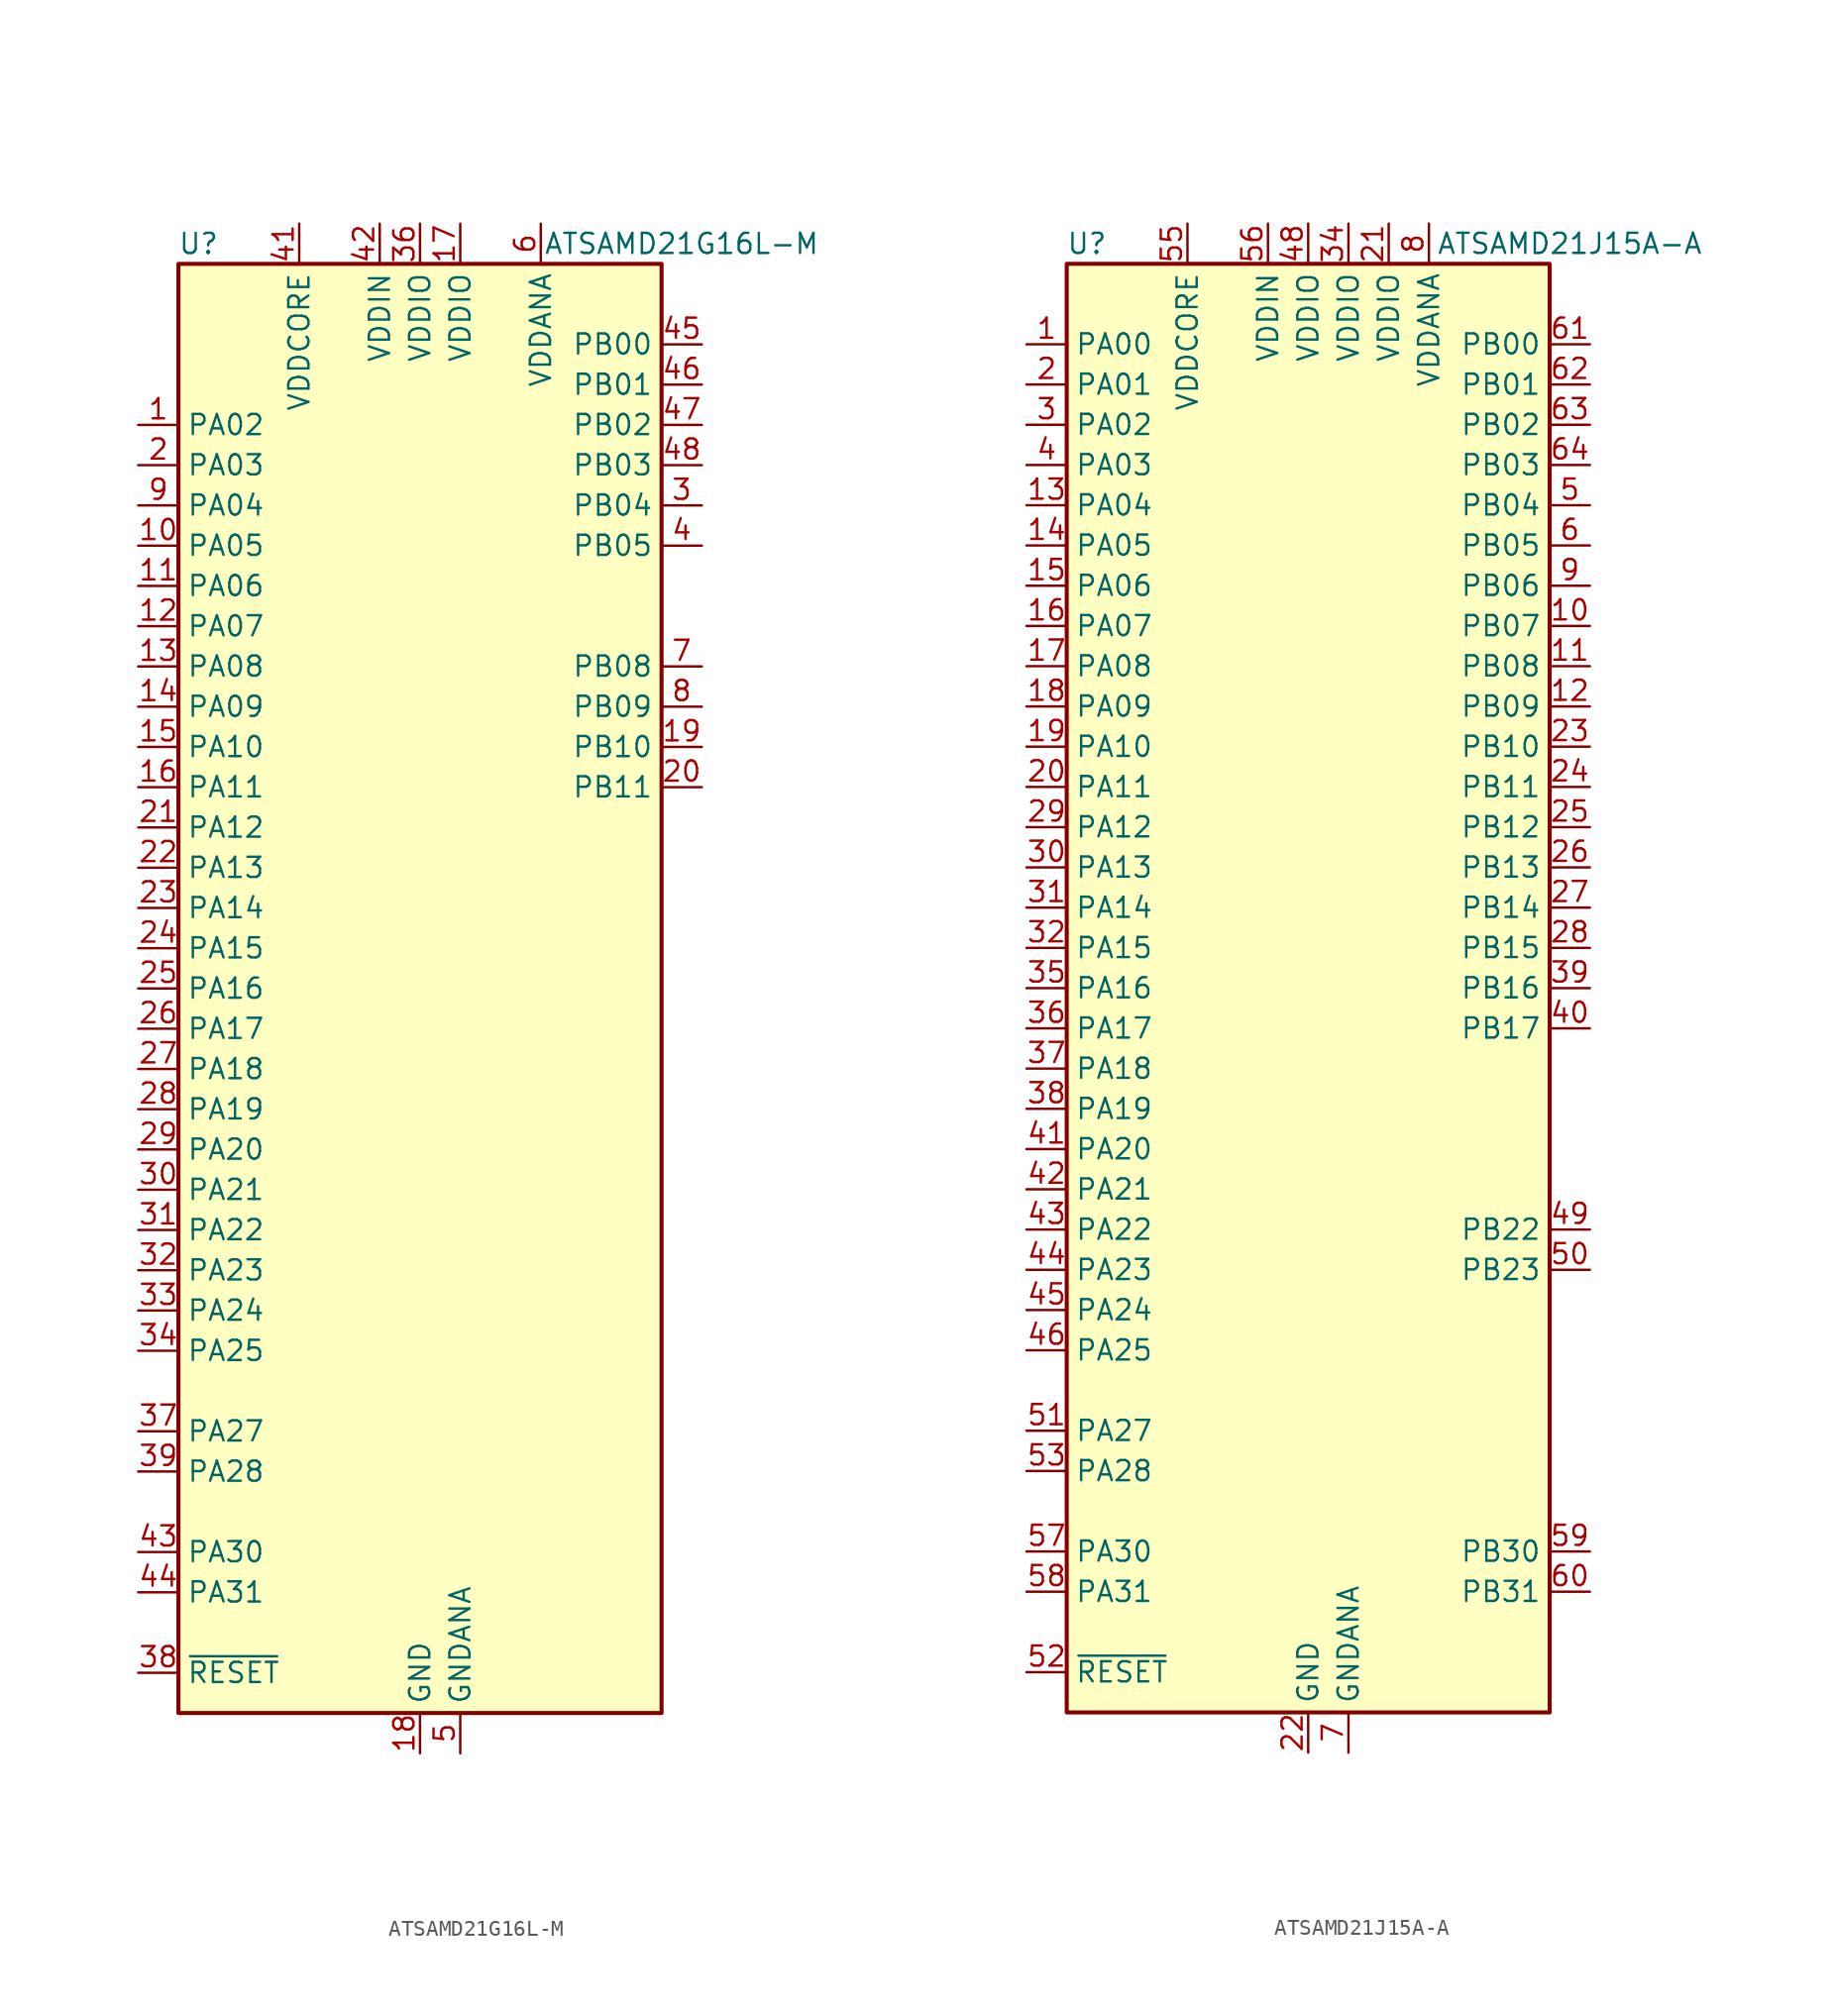
<source format=kicad_sym>
(kicad_symbol_lib
  (version 20220914)
  (generator kicad_symbol_editor)
  (symbol "ATSAMD21G16L-M"
    (property "Reference" "U"
      (at -13.97 46.99 0)
      (effects (font (size 1.27 1.27))))
    (property "Value" "ATSAMD21G16L-M"
      (at 16.51 46.99 0)
      (effects (font (size 1.27 1.27))))
    (symbol "ATSAMD21G16L-M_0_1"
      (rectangle (start -15.24 45.72) (end 15.24 -45.72) (stroke (width 0.254) (type solid)) (fill (type background))))
    (symbol "ATSAMD21G16L-M_1_1"
      (pin bidirectional line (at -17.78 35.56 0) (length 2.54) (name "PA02" (effects (font (size 1.27 1.27)))) (number "1" (effects (font (size 1.27 1.27)))))
      (pin bidirectional line (at -17.78 27.94 0) (length 2.54) (name "PA05" (effects (font (size 1.27 1.27)))) (number "10" (effects (font (size 1.27 1.27)))))
      (pin bidirectional line (at -17.78 25.4 0) (length 2.54) (name "PA06" (effects (font (size 1.27 1.27)))) (number "11" (effects (font (size 1.27 1.27)))))
      (pin bidirectional line (at -17.78 22.86 0) (length 2.54) (name "PA07" (effects (font (size 1.27 1.27)))) (number "12" (effects (font (size 1.27 1.27)))))
      (pin bidirectional line (at -17.78 20.32 0) (length 2.54) (name "PA08" (effects (font (size 1.27 1.27)))) (number "13" (effects (font (size 1.27 1.27)))))
      (pin bidirectional line (at -17.78 17.78 0) (length 2.54) (name "PA09" (effects (font (size 1.27 1.27)))) (number "14" (effects (font (size 1.27 1.27)))))
      (pin bidirectional line (at -17.78 15.24 0) (length 2.54) (name "PA10" (effects (font (size 1.27 1.27)))) (number "15" (effects (font (size 1.27 1.27)))))
      (pin bidirectional line (at -17.78 12.7 0) (length 2.54) (name "PA11" (effects (font (size 1.27 1.27)))) (number "16" (effects (font (size 1.27 1.27)))))
      (pin power_in line (at 2.54 48.26 270) (length 2.54) (name "VDDIO" (effects (font (size 1.27 1.27)))) (number "17" (effects (font (size 1.27 1.27)))))
      (pin power_in line (at 0 -48.26 90) (length 2.54) (name "GND" (effects (font (size 1.27 1.27)))) (number "18" (effects (font (size 1.27 1.27)))))
      (pin bidirectional line (at 17.78 15.24 180) (length 2.54) (name "PB10" (effects (font (size 1.27 1.27)))) (number "19" (effects (font (size 1.27 1.27)))))
      (pin bidirectional line (at -17.78 33.02 0) (length 2.54) (name "PA03" (effects (font (size 1.27 1.27)))) (number "2" (effects (font (size 1.27 1.27)))))
      (pin bidirectional line (at 17.78 12.7 180) (length 2.54) (name "PB11" (effects (font (size 1.27 1.27)))) (number "20" (effects (font (size 1.27 1.27)))))
      (pin bidirectional line (at -17.78 10.16 0) (length 2.54) (name "PA12" (effects (font (size 1.27 1.27)))) (number "21" (effects (font (size 1.27 1.27)))))
      (pin bidirectional line (at -17.78 7.62 0) (length 2.54) (name "PA13" (effects (font (size 1.27 1.27)))) (number "22" (effects (font (size 1.27 1.27)))))
      (pin bidirectional line (at -17.78 5.08 0) (length 2.54) (name "PA14" (effects (font (size 1.27 1.27)))) (number "23" (effects (font (size 1.27 1.27)))))
      (pin bidirectional line (at -17.78 2.54 0) (length 2.54) (name "PA15" (effects (font (size 1.27 1.27)))) (number "24" (effects (font (size 1.27 1.27)))))
      (pin bidirectional line (at -17.78 0 0) (length 2.54) (name "PA16" (effects (font (size 1.27 1.27)))) (number "25" (effects (font (size 1.27 1.27)))))
      (pin bidirectional line (at -17.78 -2.54 0) (length 2.54) (name "PA17" (effects (font (size 1.27 1.27)))) (number "26" (effects (font (size 1.27 1.27)))))
      (pin bidirectional line (at -17.78 -5.08 0) (length 2.54) (name "PA18" (effects (font (size 1.27 1.27)))) (number "27" (effects (font (size 1.27 1.27)))))
      (pin bidirectional line (at -17.78 -7.62 0) (length 2.54) (name "PA19" (effects (font (size 1.27 1.27)))) (number "28" (effects (font (size 1.27 1.27)))))
      (pin bidirectional line (at -17.78 -10.16 0) (length 2.54) (name "PA20" (effects (font (size 1.27 1.27)))) (number "29" (effects (font (size 1.27 1.27)))))
      (pin bidirectional line (at 17.78 30.48 180) (length 2.54) (name "PB04" (effects (font (size 1.27 1.27)))) (number "3" (effects (font (size 1.27 1.27)))))
      (pin bidirectional line (at -17.78 -12.7 0) (length 2.54) (name "PA21" (effects (font (size 1.27 1.27)))) (number "30" (effects (font (size 1.27 1.27)))))
      (pin bidirectional line (at -17.78 -15.24 0) (length 2.54) (name "PA22" (effects (font (size 1.27 1.27)))) (number "31" (effects (font (size 1.27 1.27)))))
      (pin bidirectional line (at -17.78 -17.78 0) (length 2.54) (name "PA23" (effects (font (size 1.27 1.27)))) (number "32" (effects (font (size 1.27 1.27)))))
      (pin bidirectional line (at -17.78 -20.32 0) (length 2.54) (name "PA24" (effects (font (size 1.27 1.27)))) (number "33" (effects (font (size 1.27 1.27)))))
      (pin bidirectional line (at -17.78 -22.86 0) (length 2.54) (name "PA25" (effects (font (size 1.27 1.27)))) (number "34" (effects (font (size 1.27 1.27)))))
      (pin passive line (at 0 -48.26 90) (length 2.54) hide (name "GND" (effects (font (size 1.27 1.27)))) (number "35" (effects (font (size 1.27 1.27)))))
      (pin power_in line (at 0 48.26 270) (length 2.54) (name "VDDIO" (effects (font (size 1.27 1.27)))) (number "36" (effects (font (size 1.27 1.27)))))
      (pin bidirectional line (at -17.78 -27.94 0) (length 2.54) (name "PA27" (effects (font (size 1.27 1.27)))) (number "37" (effects (font (size 1.27 1.27)))))
      (pin input line (at -17.78 -43.18 0) (length 2.54) (name "~{RESET}" (effects (font (size 1.27 1.27)))) (number "38" (effects (font (size 1.27 1.27)))))
      (pin bidirectional line (at -17.78 -30.48 0) (length 2.54) (name "PA28" (effects (font (size 1.27 1.27)))) (number "39" (effects (font (size 1.27 1.27)))))
      (pin bidirectional line (at 17.78 27.94 180) (length 2.54) (name "PB05" (effects (font (size 1.27 1.27)))) (number "4" (effects (font (size 1.27 1.27)))))
      (pin passive line (at 0 -48.26 90) (length 2.54) hide (name "GND" (effects (font (size 1.27 1.27)))) (number "40" (effects (font (size 1.27 1.27)))))
      (pin power_out line (at -7.62 48.26 270) (length 2.54) (name "VDDCORE" (effects (font (size 1.27 1.27)))) (number "41" (effects (font (size 1.27 1.27)))))
      (pin power_in line (at -2.54 48.26 270) (length 2.54) (name "VDDIN" (effects (font (size 1.27 1.27)))) (number "42" (effects (font (size 1.27 1.27)))))
      (pin bidirectional line (at -17.78 -35.56 0) (length 2.54) (name "PA30" (effects (font (size 1.27 1.27)))) (number "43" (effects (font (size 1.27 1.27)))))
      (pin bidirectional line (at -17.78 -38.1 0) (length 2.54) (name "PA31" (effects (font (size 1.27 1.27)))) (number "44" (effects (font (size 1.27 1.27)))))
      (pin bidirectional line (at 17.78 40.64 180) (length 2.54) (name "PB00" (effects (font (size 1.27 1.27)))) (number "45" (effects (font (size 1.27 1.27)))))
      (pin bidirectional line (at 17.78 38.1 180) (length 2.54) (name "PB01" (effects (font (size 1.27 1.27)))) (number "46" (effects (font (size 1.27 1.27)))))
      (pin bidirectional line (at 17.78 35.56 180) (length 2.54) (name "PB02" (effects (font (size 1.27 1.27)))) (number "47" (effects (font (size 1.27 1.27)))))
      (pin bidirectional line (at 17.78 33.02 180) (length 2.54) (name "PB03" (effects (font (size 1.27 1.27)))) (number "48" (effects (font (size 1.27 1.27)))))
      (pin no_connect line (at 15.24 -43.18 180) (length 2.54) hide (name "EP" (effects (font (size 1.27 1.27)))) (number "49" (effects (font (size 1.27 1.27)))))
      (pin power_in line (at 2.54 -48.26 90) (length 2.54) (name "GNDANA" (effects (font (size 1.27 1.27)))) (number "5" (effects (font (size 1.27 1.27)))))
      (pin power_in line (at 7.62 48.26 270) (length 2.54) (name "VDDANA" (effects (font (size 1.27 1.27)))) (number "6" (effects (font (size 1.27 1.27)))))
      (pin bidirectional line (at 17.78 20.32 180) (length 2.54) (name "PB08" (effects (font (size 1.27 1.27)))) (number "7" (effects (font (size 1.27 1.27)))))
      (pin bidirectional line (at 17.78 17.78 180) (length 2.54) (name "PB09" (effects (font (size 1.27 1.27)))) (number "8" (effects (font (size 1.27 1.27)))))
      (pin bidirectional line (at -17.78 30.48 0) (length 2.54) (name "PA04" (effects (font (size 1.27 1.27)))) (number "9" (effects (font (size 1.27 1.27)))))))
  (symbol "ATSAMD21J15A-A"
    (property "Reference" "U"
      (at -13.97 46.99 0)
      (effects (font (size 1.27 1.27))))
    (property "Value" "ATSAMD21J15A-A"
      (at 16.51 46.99 0)
      (effects (font (size 1.27 1.27))))
    (symbol "ATSAMD21J15A-A_0_1"
      (rectangle (start -15.24 45.72) (end 15.24 -45.72) (stroke (width 0.254) (type solid)) (fill (type background))))
    (symbol "ATSAMD21J15A-A_1_1"
      (pin bidirectional line (at -17.78 40.64 0) (length 2.54) (name "PA00" (effects (font (size 1.27 1.27)))) (number "1" (effects (font (size 1.27 1.27)))))
      (pin bidirectional line (at 17.78 22.86 180) (length 2.54) (name "PB07" (effects (font (size 1.27 1.27)))) (number "10" (effects (font (size 1.27 1.27)))))
      (pin bidirectional line (at 17.78 20.32 180) (length 2.54) (name "PB08" (effects (font (size 1.27 1.27)))) (number "11" (effects (font (size 1.27 1.27)))))
      (pin bidirectional line (at 17.78 17.78 180) (length 2.54) (name "PB09" (effects (font (size 1.27 1.27)))) (number "12" (effects (font (size 1.27 1.27)))))
      (pin bidirectional line (at -17.78 30.48 0) (length 2.54) (name "PA04" (effects (font (size 1.27 1.27)))) (number "13" (effects (font (size 1.27 1.27)))))
      (pin bidirectional line (at -17.78 27.94 0) (length 2.54) (name "PA05" (effects (font (size 1.27 1.27)))) (number "14" (effects (font (size 1.27 1.27)))))
      (pin bidirectional line (at -17.78 25.4 0) (length 2.54) (name "PA06" (effects (font (size 1.27 1.27)))) (number "15" (effects (font (size 1.27 1.27)))))
      (pin bidirectional line (at -17.78 22.86 0) (length 2.54) (name "PA07" (effects (font (size 1.27 1.27)))) (number "16" (effects (font (size 1.27 1.27)))))
      (pin bidirectional line (at -17.78 20.32 0) (length 2.54) (name "PA08" (effects (font (size 1.27 1.27)))) (number "17" (effects (font (size 1.27 1.27)))))
      (pin bidirectional line (at -17.78 17.78 0) (length 2.54) (name "PA09" (effects (font (size 1.27 1.27)))) (number "18" (effects (font (size 1.27 1.27)))))
      (pin bidirectional line (at -17.78 15.24 0) (length 2.54) (name "PA10" (effects (font (size 1.27 1.27)))) (number "19" (effects (font (size 1.27 1.27)))))
      (pin bidirectional line (at -17.78 38.1 0) (length 2.54) (name "PA01" (effects (font (size 1.27 1.27)))) (number "2" (effects (font (size 1.27 1.27)))))
      (pin bidirectional line (at -17.78 12.7 0) (length 2.54) (name "PA11" (effects (font (size 1.27 1.27)))) (number "20" (effects (font (size 1.27 1.27)))))
      (pin power_in line (at 5.08 48.26 270) (length 2.54) (name "VDDIO" (effects (font (size 1.27 1.27)))) (number "21" (effects (font (size 1.27 1.27)))))
      (pin power_in line (at 0 -48.26 90) (length 2.54) (name "GND" (effects (font (size 1.27 1.27)))) (number "22" (effects (font (size 1.27 1.27)))))
      (pin bidirectional line (at 17.78 15.24 180) (length 2.54) (name "PB10" (effects (font (size 1.27 1.27)))) (number "23" (effects (font (size 1.27 1.27)))))
      (pin bidirectional line (at 17.78 12.7 180) (length 2.54) (name "PB11" (effects (font (size 1.27 1.27)))) (number "24" (effects (font (size 1.27 1.27)))))
      (pin bidirectional line (at 17.78 10.16 180) (length 2.54) (name "PB12" (effects (font (size 1.27 1.27)))) (number "25" (effects (font (size 1.27 1.27)))))
      (pin bidirectional line (at 17.78 7.62 180) (length 2.54) (name "PB13" (effects (font (size 1.27 1.27)))) (number "26" (effects (font (size 1.27 1.27)))))
      (pin bidirectional line (at 17.78 5.08 180) (length 2.54) (name "PB14" (effects (font (size 1.27 1.27)))) (number "27" (effects (font (size 1.27 1.27)))))
      (pin bidirectional line (at 17.78 2.54 180) (length 2.54) (name "PB15" (effects (font (size 1.27 1.27)))) (number "28" (effects (font (size 1.27 1.27)))))
      (pin bidirectional line (at -17.78 10.16 0) (length 2.54) (name "PA12" (effects (font (size 1.27 1.27)))) (number "29" (effects (font (size 1.27 1.27)))))
      (pin bidirectional line (at -17.78 35.56 0) (length 2.54) (name "PA02" (effects (font (size 1.27 1.27)))) (number "3" (effects (font (size 1.27 1.27)))))
      (pin bidirectional line (at -17.78 7.62 0) (length 2.54) (name "PA13" (effects (font (size 1.27 1.27)))) (number "30" (effects (font (size 1.27 1.27)))))
      (pin bidirectional line (at -17.78 5.08 0) (length 2.54) (name "PA14" (effects (font (size 1.27 1.27)))) (number "31" (effects (font (size 1.27 1.27)))))
      (pin bidirectional line (at -17.78 2.54 0) (length 2.54) (name "PA15" (effects (font (size 1.27 1.27)))) (number "32" (effects (font (size 1.27 1.27)))))
      (pin passive line (at 0 -48.26 90) (length 2.54) hide (name "GND" (effects (font (size 1.27 1.27)))) (number "33" (effects (font (size 1.27 1.27)))))
      (pin power_in line (at 2.54 48.26 270) (length 2.54) (name "VDDIO" (effects (font (size 1.27 1.27)))) (number "34" (effects (font (size 1.27 1.27)))))
      (pin bidirectional line (at -17.78 0 0) (length 2.54) (name "PA16" (effects (font (size 1.27 1.27)))) (number "35" (effects (font (size 1.27 1.27)))))
      (pin bidirectional line (at -17.78 -2.54 0) (length 2.54) (name "PA17" (effects (font (size 1.27 1.27)))) (number "36" (effects (font (size 1.27 1.27)))))
      (pin bidirectional line (at -17.78 -5.08 0) (length 2.54) (name "PA18" (effects (font (size 1.27 1.27)))) (number "37" (effects (font (size 1.27 1.27)))))
      (pin bidirectional line (at -17.78 -7.62 0) (length 2.54) (name "PA19" (effects (font (size 1.27 1.27)))) (number "38" (effects (font (size 1.27 1.27)))))
      (pin bidirectional line (at 17.78 0 180) (length 2.54) (name "PB16" (effects (font (size 1.27 1.27)))) (number "39" (effects (font (size 1.27 1.27)))))
      (pin bidirectional line (at -17.78 33.02 0) (length 2.54) (name "PA03" (effects (font (size 1.27 1.27)))) (number "4" (effects (font (size 1.27 1.27)))))
      (pin bidirectional line (at 17.78 -2.54 180) (length 2.54) (name "PB17" (effects (font (size 1.27 1.27)))) (number "40" (effects (font (size 1.27 1.27)))))
      (pin bidirectional line (at -17.78 -10.16 0) (length 2.54) (name "PA20" (effects (font (size 1.27 1.27)))) (number "41" (effects (font (size 1.27 1.27)))))
      (pin bidirectional line (at -17.78 -12.7 0) (length 2.54) (name "PA21" (effects (font (size 1.27 1.27)))) (number "42" (effects (font (size 1.27 1.27)))))
      (pin bidirectional line (at -17.78 -15.24 0) (length 2.54) (name "PA22" (effects (font (size 1.27 1.27)))) (number "43" (effects (font (size 1.27 1.27)))))
      (pin bidirectional line (at -17.78 -17.78 0) (length 2.54) (name "PA23" (effects (font (size 1.27 1.27)))) (number "44" (effects (font (size 1.27 1.27)))))
      (pin bidirectional line (at -17.78 -20.32 0) (length 2.54) (name "PA24" (effects (font (size 1.27 1.27)))) (number "45" (effects (font (size 1.27 1.27)))))
      (pin bidirectional line (at -17.78 -22.86 0) (length 2.54) (name "PA25" (effects (font (size 1.27 1.27)))) (number "46" (effects (font (size 1.27 1.27)))))
      (pin passive line (at 0 -48.26 90) (length 2.54) hide (name "GND" (effects (font (size 1.27 1.27)))) (number "47" (effects (font (size 1.27 1.27)))))
      (pin power_in line (at 0 48.26 270) (length 2.54) (name "VDDIO" (effects (font (size 1.27 1.27)))) (number "48" (effects (font (size 1.27 1.27)))))
      (pin bidirectional line (at 17.78 -15.24 180) (length 2.54) (name "PB22" (effects (font (size 1.27 1.27)))) (number "49" (effects (font (size 1.27 1.27)))))
      (pin bidirectional line (at 17.78 30.48 180) (length 2.54) (name "PB04" (effects (font (size 1.27 1.27)))) (number "5" (effects (font (size 1.27 1.27)))))
      (pin bidirectional line (at 17.78 -17.78 180) (length 2.54) (name "PB23" (effects (font (size 1.27 1.27)))) (number "50" (effects (font (size 1.27 1.27)))))
      (pin bidirectional line (at -17.78 -27.94 0) (length 2.54) (name "PA27" (effects (font (size 1.27 1.27)))) (number "51" (effects (font (size 1.27 1.27)))))
      (pin input line (at -17.78 -43.18 0) (length 2.54) (name "~{RESET}" (effects (font (size 1.27 1.27)))) (number "52" (effects (font (size 1.27 1.27)))))
      (pin bidirectional line (at -17.78 -30.48 0) (length 2.54) (name "PA28" (effects (font (size 1.27 1.27)))) (number "53" (effects (font (size 1.27 1.27)))))
      (pin passive line (at 0 -48.26 90) (length 2.54) hide (name "GND" (effects (font (size 1.27 1.27)))) (number "54" (effects (font (size 1.27 1.27)))))
      (pin power_out line (at -7.62 48.26 270) (length 2.54) (name "VDDCORE" (effects (font (size 1.27 1.27)))) (number "55" (effects (font (size 1.27 1.27)))))
      (pin power_in line (at -2.54 48.26 270) (length 2.54) (name "VDDIN" (effects (font (size 1.27 1.27)))) (number "56" (effects (font (size 1.27 1.27)))))
      (pin bidirectional line (at -17.78 -35.56 0) (length 2.54) (name "PA30" (effects (font (size 1.27 1.27)))) (number "57" (effects (font (size 1.27 1.27)))))
      (pin bidirectional line (at -17.78 -38.1 0) (length 2.54) (name "PA31" (effects (font (size 1.27 1.27)))) (number "58" (effects (font (size 1.27 1.27)))))
      (pin bidirectional line (at 17.78 -35.56 180) (length 2.54) (name "PB30" (effects (font (size 1.27 1.27)))) (number "59" (effects (font (size 1.27 1.27)))))
      (pin bidirectional line (at 17.78 27.94 180) (length 2.54) (name "PB05" (effects (font (size 1.27 1.27)))) (number "6" (effects (font (size 1.27 1.27)))))
      (pin bidirectional line (at 17.78 -38.1 180) (length 2.54) (name "PB31" (effects (font (size 1.27 1.27)))) (number "60" (effects (font (size 1.27 1.27)))))
      (pin bidirectional line (at 17.78 40.64 180) (length 2.54) (name "PB00" (effects (font (size 1.27 1.27)))) (number "61" (effects (font (size 1.27 1.27)))))
      (pin bidirectional line (at 17.78 38.1 180) (length 2.54) (name "PB01" (effects (font (size 1.27 1.27)))) (number "62" (effects (font (size 1.27 1.27)))))
      (pin bidirectional line (at 17.78 35.56 180) (length 2.54) (name "PB02" (effects (font (size 1.27 1.27)))) (number "63" (effects (font (size 1.27 1.27)))))
      (pin bidirectional line (at 17.78 33.02 180) (length 2.54) (name "PB03" (effects (font (size 1.27 1.27)))) (number "64" (effects (font (size 1.27 1.27)))))
      (pin power_in line (at 2.54 -48.26 90) (length 2.54) (name "GNDANA" (effects (font (size 1.27 1.27)))) (number "7" (effects (font (size 1.27 1.27)))))
      (pin power_in line (at 7.62 48.26 270) (length 2.54) (name "VDDANA" (effects (font (size 1.27 1.27)))) (number "8" (effects (font (size 1.27 1.27)))))
      (pin bidirectional line (at 17.78 25.4 180) (length 2.54) (name "PB06" (effects (font (size 1.27 1.27)))) (number "9" (effects (font (size 1.27 1.27))))))))
</source>
